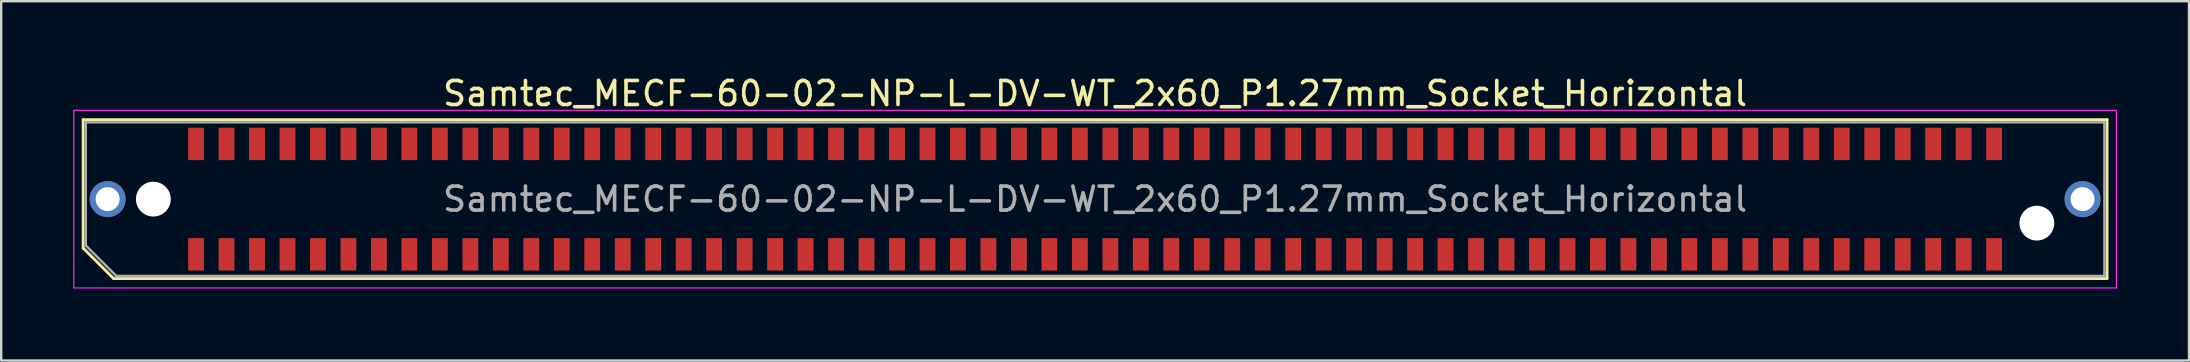
<source format=kicad_pcb>
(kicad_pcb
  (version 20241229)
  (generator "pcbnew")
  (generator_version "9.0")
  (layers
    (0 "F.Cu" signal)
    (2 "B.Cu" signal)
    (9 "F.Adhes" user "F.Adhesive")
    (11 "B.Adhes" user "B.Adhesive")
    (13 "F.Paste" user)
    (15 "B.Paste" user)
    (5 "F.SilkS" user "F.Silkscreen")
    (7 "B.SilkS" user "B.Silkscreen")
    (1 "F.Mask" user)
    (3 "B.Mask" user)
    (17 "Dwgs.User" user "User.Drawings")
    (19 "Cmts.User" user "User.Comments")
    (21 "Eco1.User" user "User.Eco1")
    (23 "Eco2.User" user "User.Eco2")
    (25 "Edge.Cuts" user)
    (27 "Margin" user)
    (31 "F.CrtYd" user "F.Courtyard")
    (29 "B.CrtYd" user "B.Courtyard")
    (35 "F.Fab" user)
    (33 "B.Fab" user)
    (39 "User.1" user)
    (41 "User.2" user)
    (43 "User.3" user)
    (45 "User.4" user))
  (footprint "Samtec_MECF-60-02-NP-L-DV-WT_2x60_P1.27mm_Socket_Horizontal"
    (layer "F.Cu")
    (at 42.585 5.248)
    (property "Reference" "Samtec_MECF-60-02-NP-L-DV-WT_2x60_P1.27mm_Socket_Horizontal" (at 0 -4.4 0) (layer "F.SilkS") (effects (font (size 1 1) (thickness 0.15))))
    (attr smd)
    (fp_line (start -42.17 -3.31) (end 42.17 -3.31) (stroke (width 0.12) (type solid)) (layer "F.SilkS"))
    (fp_line (start -42.17 2.04) (end -42.17 -3.31) (stroke (width 0.12) (type solid)) (layer "F.SilkS"))
    (fp_line (start -40.9 3.31) (end -42.17 2.04) (stroke (width 0.12) (type solid)) (layer "F.SilkS"))
    (fp_line (start -40.9 3.31) (end 42.17 3.31) (stroke (width 0.12) (type solid)) (layer "F.SilkS"))
    (fp_line (start 42.17 3.31) (end 42.17 -3.31) (stroke (width 0.12) (type solid)) (layer "F.SilkS"))
    (fp_line (start -42.56 -3.7) (end -42.56 3.7) (stroke (width 0.05) (type solid)) (layer "F.CrtYd"))
    (fp_line (start -42.56 3.7) (end 42.56 3.7) (stroke (width 0.05) (type solid)) (layer "F.CrtYd"))
    (fp_line (start 42.56 -3.7) (end -42.56 -3.7) (stroke (width 0.05) (type solid)) (layer "F.CrtYd"))
    (fp_line (start 42.56 3.7) (end 42.56 -3.7) (stroke (width 0.05) (type solid)) (layer "F.CrtYd"))
    (fp_line (start -42.06 -3.2) (end 42.06 -3.2) (stroke (width 0.1) (type solid)) (layer "F.Fab"))
    (fp_line (start -42.06 1.93) (end -42.06 -3.2) (stroke (width 0.1) (type solid)) (layer "F.Fab"))
    (fp_line (start -42.06 1.93) (end -40.79 3.2) (stroke (width 0.1) (type solid)) (layer "F.Fab"))
    (fp_line (start -40.79 3.2) (end 42.06 3.2) (stroke (width 0.1) (type solid)) (layer "F.Fab"))
    (fp_line (start 42.06 3.2) (end 42.06 -3.2) (stroke (width 0.1) (type solid)) (layer "F.Fab"))
    (fp_text user "${REFERENCE}" (at 0 0 0) (layer "F.Fab") (effects (font (size 1 1) (thickness 0.15))))
    (pad "" thru_hole circle (at -41.15 0) (size 1.5 1.5) (drill 1) (layers "*.Cu" "*.Mask"))
    (pad "" np_thru_hole circle (at -39.245 0) (size 1.45 1.45) (drill 1.45) (layers "*.Cu" "*.Mask"))
    (pad "" np_thru_hole circle (at 39.245 1) (size 1.45 1.45) (drill 1.45) (layers "*.Cu" "*.Mask"))
    (pad "" thru_hole circle (at 41.15 0) (size 1.5 1.5) (drill 1) (layers "*.Cu" "*.Mask"))
    (pad "1" smd rect (at -37.465 2.3) (size 0.66 1.35) (layers "F.Cu" "F.Mask" "F.Paste"))
    (pad "2" smd rect (at -37.465 -2.3) (size 0.66 1.35) (layers "F.Cu" "F.Mask" "F.Paste"))
    (pad "3" smd rect (at -36.195 2.3) (size 0.66 1.35) (layers "F.Cu" "F.Mask" "F.Paste"))
    (pad "4" smd rect (at -36.195 -2.3) (size 0.66 1.35) (layers "F.Cu" "F.Mask" "F.Paste"))
    (pad "5" smd rect (at -34.925 2.3) (size 0.66 1.35) (layers "F.Cu" "F.Mask" "F.Paste"))
    (pad "6" smd rect (at -34.925 -2.3) (size 0.66 1.35) (layers "F.Cu" "F.Mask" "F.Paste"))
    (pad "7" smd rect (at -33.655 2.3) (size 0.66 1.35) (layers "F.Cu" "F.Mask" "F.Paste"))
    (pad "8" smd rect (at -33.655 -2.3) (size 0.66 1.35) (layers "F.Cu" "F.Mask" "F.Paste"))
    (pad "9" smd rect (at -32.385 2.3) (size 0.66 1.35) (layers "F.Cu" "F.Mask" "F.Paste"))
    (pad "10" smd rect (at -32.385 -2.3) (size 0.66 1.35) (layers "F.Cu" "F.Mask" "F.Paste"))
    (pad "11" smd rect (at -31.115 2.3) (size 0.66 1.35) (layers "F.Cu" "F.Mask" "F.Paste"))
    (pad "12" smd rect (at -31.115 -2.3) (size 0.66 1.35) (layers "F.Cu" "F.Mask" "F.Paste"))
    (pad "13" smd rect (at -29.845 2.3) (size 0.66 1.35) (layers "F.Cu" "F.Mask" "F.Paste"))
    (pad "14" smd rect (at -29.845 -2.3) (size 0.66 1.35) (layers "F.Cu" "F.Mask" "F.Paste"))
    (pad "15" smd rect (at -28.575 2.3) (size 0.66 1.35) (layers "F.Cu" "F.Mask" "F.Paste"))
    (pad "16" smd rect (at -28.575 -2.3) (size 0.66 1.35) (layers "F.Cu" "F.Mask" "F.Paste"))
    (pad "17" smd rect (at -27.305 2.3) (size 0.66 1.35) (layers "F.Cu" "F.Mask" "F.Paste"))
    (pad "18" smd rect (at -27.305 -2.3) (size 0.66 1.35) (layers "F.Cu" "F.Mask" "F.Paste"))
    (pad "19" smd rect (at -26.035 2.3) (size 0.66 1.35) (layers "F.Cu" "F.Mask" "F.Paste"))
    (pad "20" smd rect (at -26.035 -2.3) (size 0.66 1.35) (layers "F.Cu" "F.Mask" "F.Paste"))
    (pad "21" smd rect (at -24.765 2.3) (size 0.66 1.35) (layers "F.Cu" "F.Mask" "F.Paste"))
    (pad "22" smd rect (at -24.765 -2.3) (size 0.66 1.35) (layers "F.Cu" "F.Mask" "F.Paste"))
    (pad "23" smd rect (at -23.495 2.3) (size 0.66 1.35) (layers "F.Cu" "F.Mask" "F.Paste"))
    (pad "24" smd rect (at -23.495 -2.3) (size 0.66 1.35) (layers "F.Cu" "F.Mask" "F.Paste"))
    (pad "25" smd rect (at -22.225 2.3) (size 0.66 1.35) (layers "F.Cu" "F.Mask" "F.Paste"))
    (pad "26" smd rect (at -22.225 -2.3) (size 0.66 1.35) (layers "F.Cu" "F.Mask" "F.Paste"))
    (pad "27" smd rect (at -20.955 2.3) (size 0.66 1.35) (layers "F.Cu" "F.Mask" "F.Paste"))
    (pad "28" smd rect (at -20.955 -2.3) (size 0.66 1.35) (layers "F.Cu" "F.Mask" "F.Paste"))
    (pad "29" smd rect (at -19.685 2.3) (size 0.66 1.35) (layers "F.Cu" "F.Mask" "F.Paste"))
    (pad "30" smd rect (at -19.685 -2.3) (size 0.66 1.35) (layers "F.Cu" "F.Mask" "F.Paste"))
    (pad "31" smd rect (at -18.415 2.3) (size 0.66 1.35) (layers "F.Cu" "F.Mask" "F.Paste"))
    (pad "32" smd rect (at -18.415 -2.3) (size 0.66 1.35) (layers "F.Cu" "F.Mask" "F.Paste"))
    (pad "33" smd rect (at -17.145 2.3) (size 0.66 1.35) (layers "F.Cu" "F.Mask" "F.Paste"))
    (pad "34" smd rect (at -17.145 -2.3) (size 0.66 1.35) (layers "F.Cu" "F.Mask" "F.Paste"))
    (pad "35" smd rect (at -15.875 2.3) (size 0.66 1.35) (layers "F.Cu" "F.Mask" "F.Paste"))
    (pad "36" smd rect (at -15.875 -2.3) (size 0.66 1.35) (layers "F.Cu" "F.Mask" "F.Paste"))
    (pad "37" smd rect (at -14.605 2.3) (size 0.66 1.35) (layers "F.Cu" "F.Mask" "F.Paste"))
    (pad "38" smd rect (at -14.605 -2.3) (size 0.66 1.35) (layers "F.Cu" "F.Mask" "F.Paste"))
    (pad "39" smd rect (at -13.335 2.3) (size 0.66 1.35) (layers "F.Cu" "F.Mask" "F.Paste"))
    (pad "40" smd rect (at -13.335 -2.3) (size 0.66 1.35) (layers "F.Cu" "F.Mask" "F.Paste"))
    (pad "41" smd rect (at -12.065 2.3) (size 0.66 1.35) (layers "F.Cu" "F.Mask" "F.Paste"))
    (pad "42" smd rect (at -12.065 -2.3) (size 0.66 1.35) (layers "F.Cu" "F.Mask" "F.Paste"))
    (pad "43" smd rect (at -10.795 2.3) (size 0.66 1.35) (layers "F.Cu" "F.Mask" "F.Paste"))
    (pad "44" smd rect (at -10.795 -2.3) (size 0.66 1.35) (layers "F.Cu" "F.Mask" "F.Paste"))
    (pad "45" smd rect (at -9.525 2.3) (size 0.66 1.35) (layers "F.Cu" "F.Mask" "F.Paste"))
    (pad "46" smd rect (at -9.525 -2.3) (size 0.66 1.35) (layers "F.Cu" "F.Mask" "F.Paste"))
    (pad "47" smd rect (at -8.255 2.3) (size 0.66 1.35) (layers "F.Cu" "F.Mask" "F.Paste"))
    (pad "48" smd rect (at -8.255 -2.3) (size 0.66 1.35) (layers "F.Cu" "F.Mask" "F.Paste"))
    (pad "49" smd rect (at -6.985 2.3) (size 0.66 1.35) (layers "F.Cu" "F.Mask" "F.Paste"))
    (pad "50" smd rect (at -6.985 -2.3) (size 0.66 1.35) (layers "F.Cu" "F.Mask" "F.Paste"))
    (pad "51" smd rect (at -5.715 2.3) (size 0.66 1.35) (layers "F.Cu" "F.Mask" "F.Paste"))
    (pad "52" smd rect (at -5.715 -2.3) (size 0.66 1.35) (layers "F.Cu" "F.Mask" "F.Paste"))
    (pad "53" smd rect (at -4.445 2.3) (size 0.66 1.35) (layers "F.Cu" "F.Mask" "F.Paste"))
    (pad "54" smd rect (at -4.445 -2.3) (size 0.66 1.35) (layers "F.Cu" "F.Mask" "F.Paste"))
    (pad "55" smd rect (at -3.175 2.3) (size 0.66 1.35) (layers "F.Cu" "F.Mask" "F.Paste"))
    (pad "56" smd rect (at -3.175 -2.3) (size 0.66 1.35) (layers "F.Cu" "F.Mask" "F.Paste"))
    (pad "57" smd rect (at -1.905 2.3) (size 0.66 1.35) (layers "F.Cu" "F.Mask" "F.Paste"))
    (pad "58" smd rect (at -1.905 -2.3) (size 0.66 1.35) (layers "F.Cu" "F.Mask" "F.Paste"))
    (pad "59" smd rect (at -0.635 2.3) (size 0.66 1.35) (layers "F.Cu" "F.Mask" "F.Paste"))
    (pad "60" smd rect (at -0.635 -2.3) (size 0.66 1.35) (layers "F.Cu" "F.Mask" "F.Paste"))
    (pad "61" smd rect (at 0.635 2.3) (size 0.66 1.35) (layers "F.Cu" "F.Mask" "F.Paste"))
    (pad "62" smd rect (at 0.635 -2.3) (size 0.66 1.35) (layers "F.Cu" "F.Mask" "F.Paste"))
    (pad "63" smd rect (at 1.905 2.3) (size 0.66 1.35) (layers "F.Cu" "F.Mask" "F.Paste"))
    (pad "64" smd rect (at 1.905 -2.3) (size 0.66 1.35) (layers "F.Cu" "F.Mask" "F.Paste"))
    (pad "65" smd rect (at 3.175 2.3) (size 0.66 1.35) (layers "F.Cu" "F.Mask" "F.Paste"))
    (pad "66" smd rect (at 3.175 -2.3) (size 0.66 1.35) (layers "F.Cu" "F.Mask" "F.Paste"))
    (pad "67" smd rect (at 4.445 2.3) (size 0.66 1.35) (layers "F.Cu" "F.Mask" "F.Paste"))
    (pad "68" smd rect (at 4.445 -2.3) (size 0.66 1.35) (layers "F.Cu" "F.Mask" "F.Paste"))
    (pad "69" smd rect (at 5.715 2.3) (size 0.66 1.35) (layers "F.Cu" "F.Mask" "F.Paste"))
    (pad "70" smd rect (at 5.715 -2.3) (size 0.66 1.35) (layers "F.Cu" "F.Mask" "F.Paste"))
    (pad "71" smd rect (at 6.985 2.3) (size 0.66 1.35) (layers "F.Cu" "F.Mask" "F.Paste"))
    (pad "72" smd rect (at 6.985 -2.3) (size 0.66 1.35) (layers "F.Cu" "F.Mask" "F.Paste"))
    (pad "73" smd rect (at 8.255 2.3) (size 0.66 1.35) (layers "F.Cu" "F.Mask" "F.Paste"))
    (pad "74" smd rect (at 8.255 -2.3) (size 0.66 1.35) (layers "F.Cu" "F.Mask" "F.Paste"))
    (pad "75" smd rect (at 9.525 2.3) (size 0.66 1.35) (layers "F.Cu" "F.Mask" "F.Paste"))
    (pad "76" smd rect (at 9.525 -2.3) (size 0.66 1.35) (layers "F.Cu" "F.Mask" "F.Paste"))
    (pad "77" smd rect (at 10.795 2.3) (size 0.66 1.35) (layers "F.Cu" "F.Mask" "F.Paste"))
    (pad "78" smd rect (at 10.795 -2.3) (size 0.66 1.35) (layers "F.Cu" "F.Mask" "F.Paste"))
    (pad "79" smd rect (at 12.065 2.3) (size 0.66 1.35) (layers "F.Cu" "F.Mask" "F.Paste"))
    (pad "80" smd rect (at 12.065 -2.3) (size 0.66 1.35) (layers "F.Cu" "F.Mask" "F.Paste"))
    (pad "81" smd rect (at 13.335 2.3) (size 0.66 1.35) (layers "F.Cu" "F.Mask" "F.Paste"))
    (pad "82" smd rect (at 13.335 -2.3) (size 0.66 1.35) (layers "F.Cu" "F.Mask" "F.Paste"))
    (pad "83" smd rect (at 14.605 2.3) (size 0.66 1.35) (layers "F.Cu" "F.Mask" "F.Paste"))
    (pad "84" smd rect (at 14.605 -2.3) (size 0.66 1.35) (layers "F.Cu" "F.Mask" "F.Paste"))
    (pad "85" smd rect (at 15.875 2.3) (size 0.66 1.35) (layers "F.Cu" "F.Mask" "F.Paste"))
    (pad "86" smd rect (at 15.875 -2.3) (size 0.66 1.35) (layers "F.Cu" "F.Mask" "F.Paste"))
    (pad "87" smd rect (at 17.145 2.3) (size 0.66 1.35) (layers "F.Cu" "F.Mask" "F.Paste"))
    (pad "88" smd rect (at 17.145 -2.3) (size 0.66 1.35) (layers "F.Cu" "F.Mask" "F.Paste"))
    (pad "89" smd rect (at 18.415 2.3) (size 0.66 1.35) (layers "F.Cu" "F.Mask" "F.Paste"))
    (pad "90" smd rect (at 18.415 -2.3) (size 0.66 1.35) (layers "F.Cu" "F.Mask" "F.Paste"))
    (pad "91" smd rect (at 19.685 2.3) (size 0.66 1.35) (layers "F.Cu" "F.Mask" "F.Paste"))
    (pad "92" smd rect (at 19.685 -2.3) (size 0.66 1.35) (layers "F.Cu" "F.Mask" "F.Paste"))
    (pad "93" smd rect (at 20.955 2.3) (size 0.66 1.35) (layers "F.Cu" "F.Mask" "F.Paste"))
    (pad "94" smd rect (at 20.955 -2.3) (size 0.66 1.35) (layers "F.Cu" "F.Mask" "F.Paste"))
    (pad "95" smd rect (at 22.225 2.3) (size 0.66 1.35) (layers "F.Cu" "F.Mask" "F.Paste"))
    (pad "96" smd rect (at 22.225 -2.3) (size 0.66 1.35) (layers "F.Cu" "F.Mask" "F.Paste"))
    (pad "97" smd rect (at 23.495 2.3) (size 0.66 1.35) (layers "F.Cu" "F.Mask" "F.Paste"))
    (pad "98" smd rect (at 23.495 -2.3) (size 0.66 1.35) (layers "F.Cu" "F.Mask" "F.Paste"))
    (pad "99" smd rect (at 24.765 2.3) (size 0.66 1.35) (layers "F.Cu" "F.Mask" "F.Paste"))
    (pad "100" smd rect (at 24.765 -2.3) (size 0.66 1.35) (layers "F.Cu" "F.Mask" "F.Paste"))
    (pad "101" smd rect (at 26.035 2.3) (size 0.66 1.35) (layers "F.Cu" "F.Mask" "F.Paste"))
    (pad "102" smd rect (at 26.035 -2.3) (size 0.66 1.35) (layers "F.Cu" "F.Mask" "F.Paste"))
    (pad "103" smd rect (at 27.305 2.3) (size 0.66 1.35) (layers "F.Cu" "F.Mask" "F.Paste"))
    (pad "104" smd rect (at 27.305 -2.3) (size 0.66 1.35) (layers "F.Cu" "F.Mask" "F.Paste"))
    (pad "105" smd rect (at 28.575 2.3) (size 0.66 1.35) (layers "F.Cu" "F.Mask" "F.Paste"))
    (pad "106" smd rect (at 28.575 -2.3) (size 0.66 1.35) (layers "F.Cu" "F.Mask" "F.Paste"))
    (pad "107" smd rect (at 29.845 2.3) (size 0.66 1.35) (layers "F.Cu" "F.Mask" "F.Paste"))
    (pad "108" smd rect (at 29.845 -2.3) (size 0.66 1.35) (layers "F.Cu" "F.Mask" "F.Paste"))
    (pad "109" smd rect (at 31.115 2.3) (size 0.66 1.35) (layers "F.Cu" "F.Mask" "F.Paste"))
    (pad "110" smd rect (at 31.115 -2.3) (size 0.66 1.35) (layers "F.Cu" "F.Mask" "F.Paste"))
    (pad "111" smd rect (at 32.385 2.3) (size 0.66 1.35) (layers "F.Cu" "F.Mask" "F.Paste"))
    (pad "112" smd rect (at 32.385 -2.3) (size 0.66 1.35) (layers "F.Cu" "F.Mask" "F.Paste"))
    (pad "113" smd rect (at 33.655 2.3) (size 0.66 1.35) (layers "F.Cu" "F.Mask" "F.Paste"))
    (pad "114" smd rect (at 33.655 -2.3) (size 0.66 1.35) (layers "F.Cu" "F.Mask" "F.Paste"))
    (pad "115" smd rect (at 34.925 2.3) (size 0.66 1.35) (layers "F.Cu" "F.Mask" "F.Paste"))
    (pad "116" smd rect (at 34.925 -2.3) (size 0.66 1.35) (layers "F.Cu" "F.Mask" "F.Paste"))
    (pad "117" smd rect (at 36.195 2.3) (size 0.66 1.35) (layers "F.Cu" "F.Mask" "F.Paste"))
    (pad "118" smd rect (at 36.195 -2.3) (size 0.66 1.35) (layers "F.Cu" "F.Mask" "F.Paste"))
    (pad "119" smd rect (at 37.465 2.3) (size 0.66 1.35) (layers "F.Cu" "F.Mask" "F.Paste"))
    (pad "120" smd rect (at 37.465 -2.3) (size 0.66 1.35) (layers "F.Cu" "F.Mask" "F.Paste")))
  (gr_rect
    (start -3 -3)
    (end 88.17 11.973)
    (stroke (width 0.1) (type default))
    (fill no)
    (layer "Edge.Cuts")))
</source>
